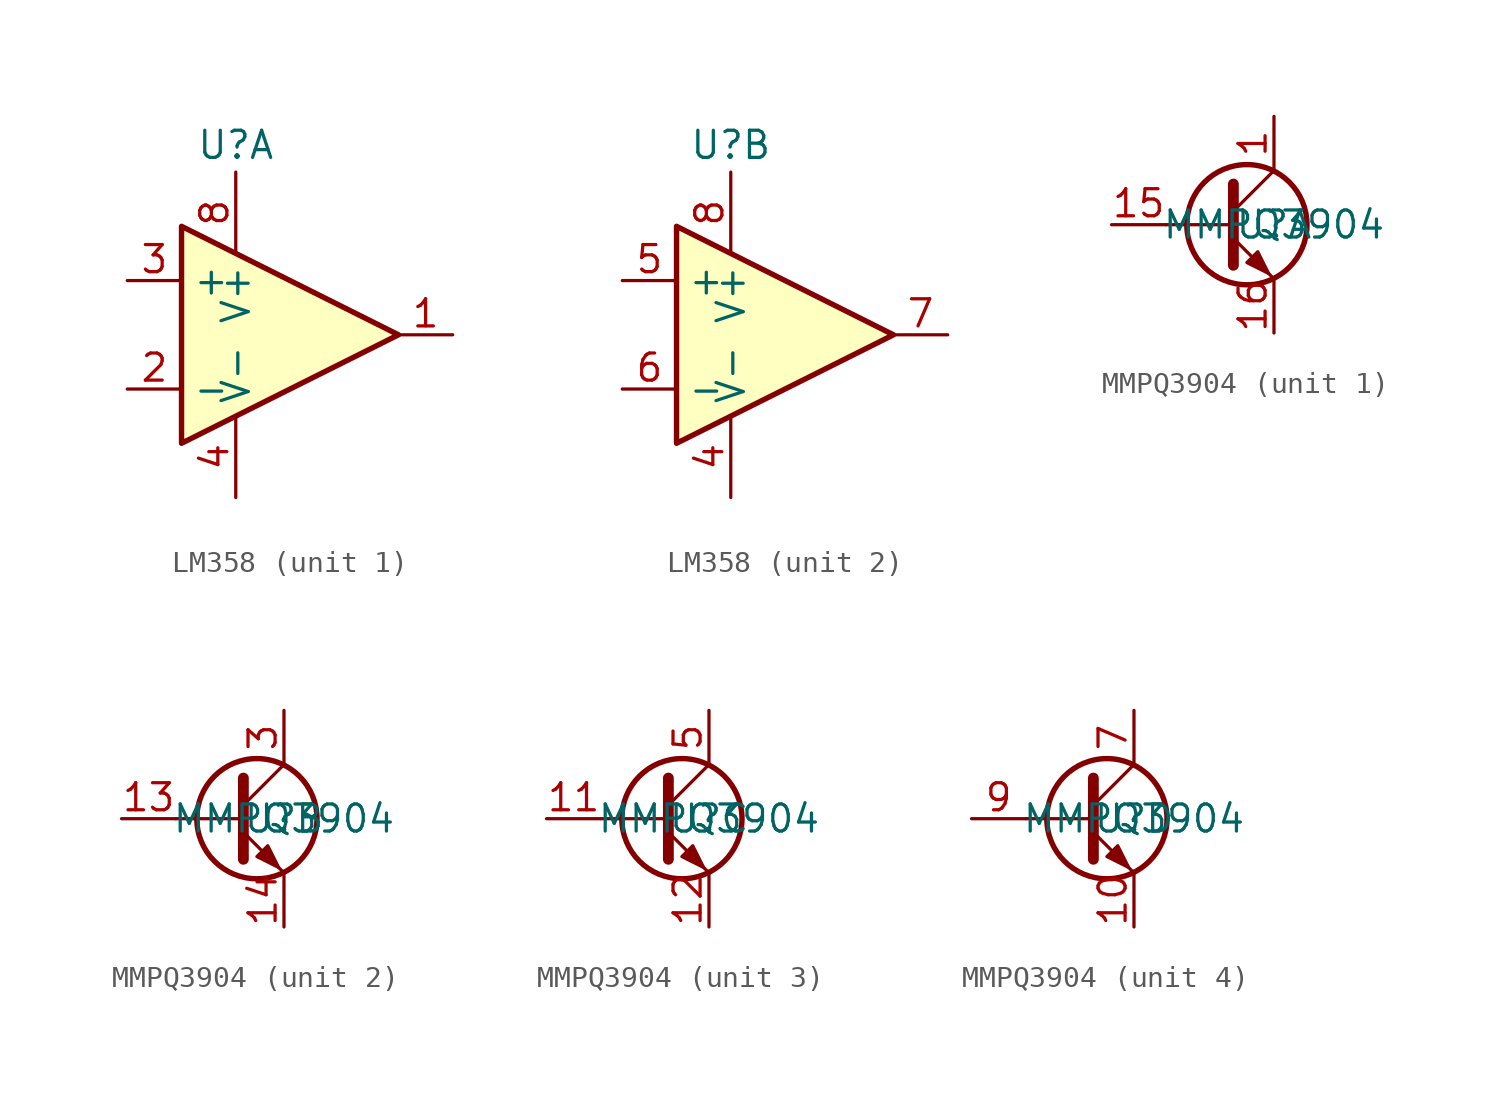
<source format=kicad_sym>
(kicad_symbol_lib
  (version 20220914)
  (generator kicad_symbol_editor)
  (symbol "LM358"
    (property "Reference" "U"
      (at 0 8.89 0)
      (effects (font (size 1.27 1.27))))
    (property "Value" ""
      (at 0 8.89 0)
      (effects (font (size 1.27 1.27))))
    (symbol "LM358_0_1"
      (polyline (pts (xy -2.54 5.08) (xy 7.62 0) (xy -2.54 -5.08) (xy -2.54 5.08)) (stroke (width 0.254) (type default)) (fill (type background)))
      (pin power_in line (at 0 -7.62 90) (length 3.81) (name "V-" (effects (font (size 1.27 1.27)))) (number "4" (effects (font (size 1.27 1.27)))))
      (pin power_in line (at 0 7.62 270) (length 3.81) (name "V+" (effects (font (size 1.27 1.27)))) (number "8" (effects (font (size 1.27 1.27))))))
    (symbol "LM358_1_1"
      (pin output line (at 10.16 0 180) (length 2.54) (name "~" (effects (font (size 1.27 1.27)))) (number "1" (effects (font (size 1.27 1.27)))))
      (pin input line (at -5.08 -2.54 0) (length 2.54) (name "-" (effects (font (size 1.27 1.27)))) (number "2" (effects (font (size 1.27 1.27)))))
      (pin input line (at -5.08 2.54 0) (length 2.54) (name "+" (effects (font (size 1.27 1.27)))) (number "3" (effects (font (size 1.27 1.27))))))
    (symbol "LM358_2_1"
      (pin input line (at -5.08 2.54 0) (length 2.54) (name "+" (effects (font (size 1.27 1.27)))) (number "5" (effects (font (size 1.27 1.27)))))
      (pin input line (at -5.08 -2.54 0) (length 2.54) (name "-" (effects (font (size 1.27 1.27)))) (number "6" (effects (font (size 1.27 1.27)))))
      (pin output line (at 10.16 0 180) (length 2.54) (name "~" (effects (font (size 1.27 1.27)))) (number "7" (effects (font (size 1.27 1.27)))))))
  (symbol "MMPQ3904"
    (pin_names hide)
    (property "Reference" "U"
      (at 0 0 0)
      (effects (font (size 1.27 1.27))))
    (property "Value" "MMPQ3904"
      (at 0 0 0)
      (effects (font (size 1.27 1.27))))
    (symbol "MMPQ3904_0_1"
      (circle (center -1.27 0) (radius 2.819) (stroke (width 0.254) (type default)) (fill (type none)))
      (polyline (pts (xy -1.905 0) (xy -5.08 0)) (stroke (width 0) (type default)) (fill (type none)))
      (polyline (pts (xy -1.905 0.635) (xy 0 2.54)) (stroke (width 0) (type default)) (fill (type none)))
      (polyline (pts (xy -1.905 -0.635) (xy 0 -2.54) (xy 0 -2.54)) (stroke (width 0) (type default)) (fill (type none)))
      (polyline (pts (xy -1.905 1.905) (xy -1.905 -1.905) (xy -1.905 -1.905)) (stroke (width 0.508) (type default)) (fill (type none)))
      (polyline (pts (xy -1.27 -1.778) (xy -0.762 -1.27) (xy -0.254 -2.286) (xy -1.27 -1.778) (xy -1.27 -1.778)) (stroke (width 0) (type default)) (fill (type outline))))
    (symbol "MMPQ3904_1_1"
      (pin passive line (at 0 5.08 270) (length 2.54) (name "C1" (effects (font (size 1.27 1.27)))) (number "1" (effects (font (size 1.27 1.27)))))
      (pin passive line (at -7.62 0 0) (length 2.54) (name "B1" (effects (font (size 1.27 1.27)))) (number "15" (effects (font (size 1.27 1.27)))))
      (pin passive line (at 0 -5.08 90) (length 2.54) (name "E1" (effects (font (size 1.27 1.27)))) (number "16" (effects (font (size 1.27 1.27)))))
      (pin passive line (at 0 5.08 270) (length 2.54) hide (name "C1" (effects (font (size 1.27 1.27)))) (number "2" (effects (font (size 1.27 1.27))))))
    (symbol "MMPQ3904_2_1"
      (pin passive line (at -7.62 0 0) (length 2.54) (name "B2" (effects (font (size 1.27 1.27)))) (number "13" (effects (font (size 1.27 1.27)))))
      (pin passive line (at 0 -5.08 90) (length 2.54) (name "E2" (effects (font (size 1.27 1.27)))) (number "14" (effects (font (size 1.27 1.27)))))
      (pin passive line (at 0 5.08 270) (length 2.54) (name "C2" (effects (font (size 1.27 1.27)))) (number "3" (effects (font (size 1.27 1.27)))))
      (pin passive line (at 0 5.08 270) (length 2.54) hide (name "C2" (effects (font (size 1.27 1.27)))) (number "4" (effects (font (size 1.27 1.27))))))
    (symbol "MMPQ3904_3_1"
      (pin passive line (at -7.62 0 0) (length 2.54) (name "B3" (effects (font (size 1.27 1.27)))) (number "11" (effects (font (size 1.27 1.27)))))
      (pin passive line (at 0 -5.08 90) (length 2.54) (name "E3" (effects (font (size 1.27 1.27)))) (number "12" (effects (font (size 1.27 1.27)))))
      (pin passive line (at 0 5.08 270) (length 2.54) (name "C4" (effects (font (size 1.27 1.27)))) (number "5" (effects (font (size 1.27 1.27)))))
      (pin passive line (at 0 5.08 270) (length 2.54) hide (name "C3" (effects (font (size 1.27 1.27)))) (number "6" (effects (font (size 1.27 1.27))))))
    (symbol "MMPQ3904_4_1"
      (pin passive line (at 0 -5.08 90) (length 2.54) (name "E4" (effects (font (size 1.27 1.27)))) (number "10" (effects (font (size 1.27 1.27)))))
      (pin passive line (at 0 5.08 270) (length 2.54) (name "C4" (effects (font (size 1.27 1.27)))) (number "7" (effects (font (size 1.27 1.27)))))
      (pin passive line (at 0 5.08 270) (length 2.54) hide (name "C4" (effects (font (size 1.27 1.27)))) (number "8" (effects (font (size 1.27 1.27)))))
      (pin passive line (at -7.62 0 0) (length 2.54) (name "B4" (effects (font (size 1.27 1.27)))) (number "9" (effects (font (size 1.27 1.27))))))))
</source>
